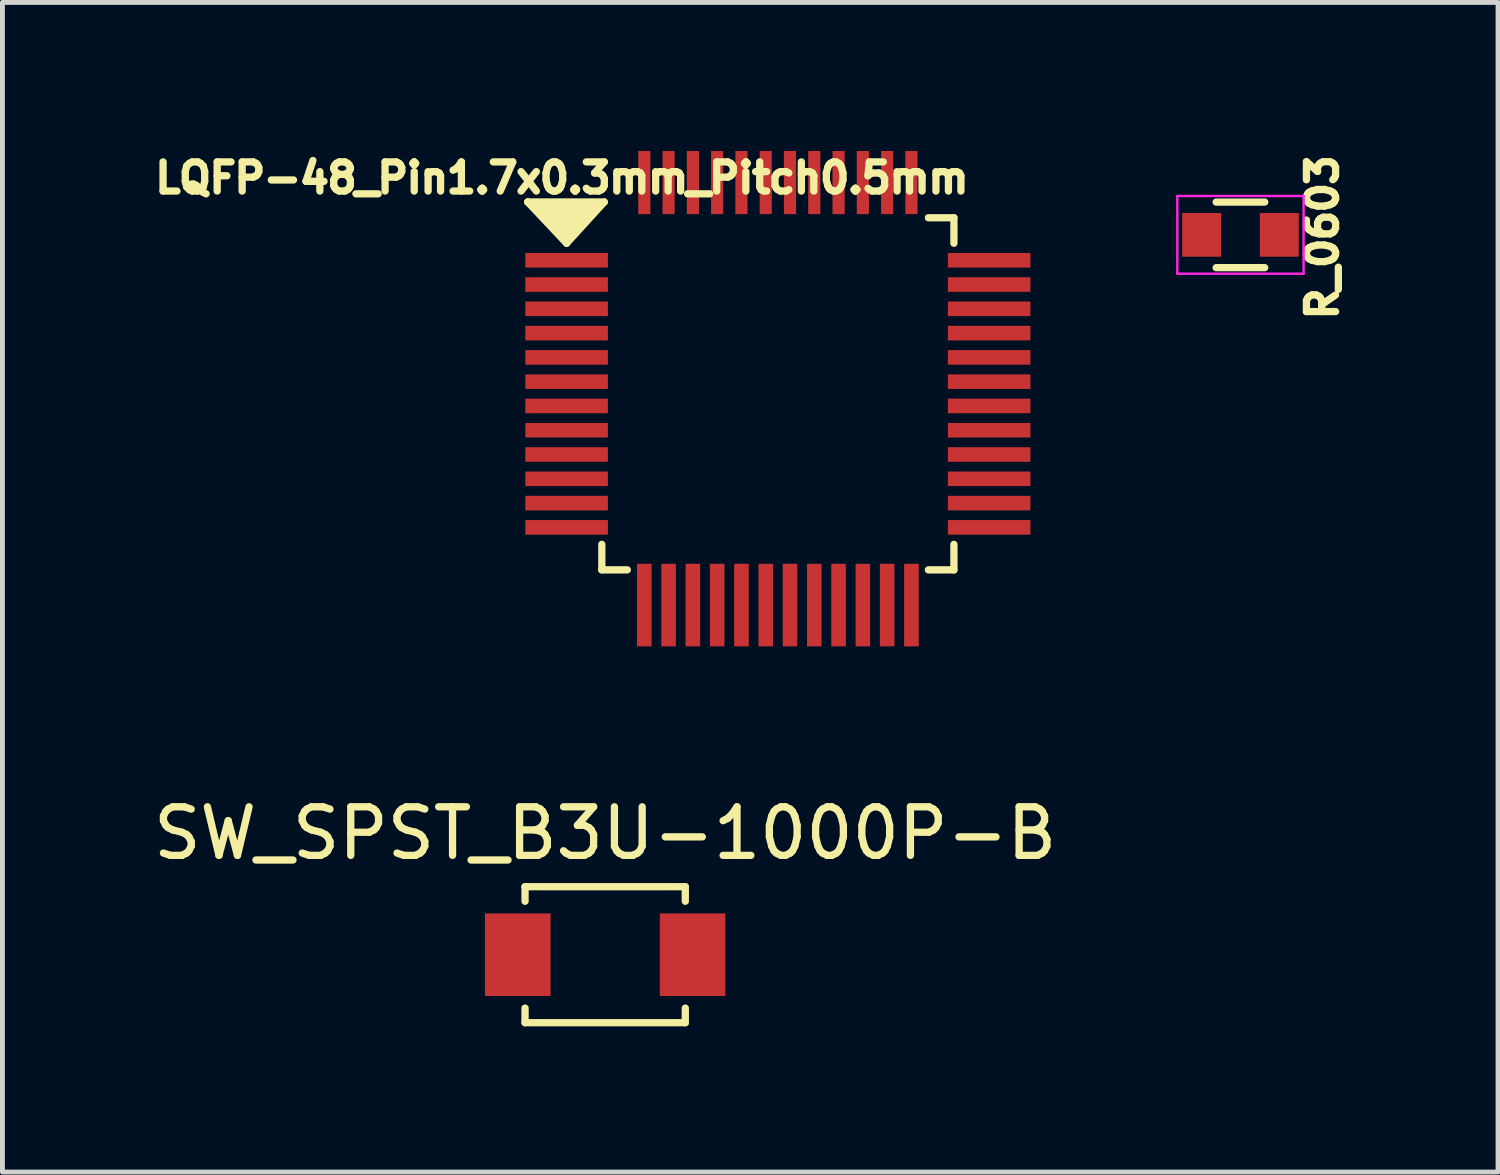
<source format=kicad_pcb>
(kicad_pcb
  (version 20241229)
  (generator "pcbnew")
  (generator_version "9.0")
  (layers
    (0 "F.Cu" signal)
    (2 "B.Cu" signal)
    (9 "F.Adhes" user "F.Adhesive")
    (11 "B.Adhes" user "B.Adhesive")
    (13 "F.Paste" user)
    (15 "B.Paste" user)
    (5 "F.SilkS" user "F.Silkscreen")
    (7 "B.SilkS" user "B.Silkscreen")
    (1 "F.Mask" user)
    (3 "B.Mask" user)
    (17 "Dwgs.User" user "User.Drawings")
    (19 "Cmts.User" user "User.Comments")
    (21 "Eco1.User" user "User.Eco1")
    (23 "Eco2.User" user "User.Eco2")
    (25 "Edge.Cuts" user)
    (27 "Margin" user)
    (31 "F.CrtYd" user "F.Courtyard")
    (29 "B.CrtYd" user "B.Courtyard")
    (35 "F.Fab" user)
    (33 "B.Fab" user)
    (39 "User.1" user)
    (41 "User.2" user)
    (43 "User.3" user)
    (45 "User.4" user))
  (footprint "SW_SPST_B3U-1000P-B"
    (layer "F.Cu")
    (at 9.411 16.608)
    (property "Reference" "SW_SPST_B3U-1000P-B" (at 0 -2.5 0) (layer "F.SilkS") (effects (font (size 1 1) (thickness 0.15))))
    (attr smd)
    (fp_line (start -1.65 -1.4) (end 1.65 -1.4) (stroke (width 0.15) (type solid)) (layer "F.SilkS"))
    (fp_line (start -1.65 -1.1) (end -1.65 -1.4) (stroke (width 0.15) (type solid)) (layer "F.SilkS"))
    (fp_line (start -1.65 1.1) (end -1.65 1.4) (stroke (width 0.15) (type solid)) (layer "F.SilkS"))
    (fp_line (start -1.65 1.4) (end 1.65 1.4) (stroke (width 0.15) (type solid)) (layer "F.SilkS"))
    (fp_line (start 1.65 -1.4) (end 1.65 -1.1) (stroke (width 0.15) (type solid)) (layer "F.SilkS"))
    (fp_line (start 1.65 1.4) (end 1.65 1.1) (stroke (width 0.15) (type solid)) (layer "F.SilkS"))
    (pad "1" smd rect (at -1.8 0) (size 1.35 1.7) (layers "F.Cu" "F.Mask" "F.Paste"))
    (pad "2" smd rect (at 1.8 0) (size 1.35 1.7) (layers "F.Cu" "F.Mask" "F.Paste")))
  (footprint "R_0603"
    (layer "F.Cu")
    (at 22.492 1.786)
    (property "Reference" "R_0603" (at 1.689 0.051 90) (layer "F.SilkS") (effects (font (size 0.6 0.6) (thickness 0.15))))
    (attr smd)
    (fp_line (start -0.5 -0.675) (end 0.5 -0.675) (stroke (width 0.15) (type solid)) (layer "F.SilkS"))
    (fp_line (start 0.5 0.675) (end -0.5 0.675) (stroke (width 0.15) (type solid)) (layer "F.SilkS"))
    (fp_line (start -1.3 -0.8) (end -1.3 0.8) (stroke (width 0.05) (type solid)) (layer "F.CrtYd"))
    (fp_line (start -1.3 -0.8) (end 1.3 -0.8) (stroke (width 0.05) (type solid)) (layer "F.CrtYd"))
    (fp_line (start -1.3 0.8) (end 1.3 0.8) (stroke (width 0.05) (type solid)) (layer "F.CrtYd"))
    (fp_line (start 1.3 -0.8) (end 1.3 0.8) (stroke (width 0.05) (type solid)) (layer "F.CrtYd"))
    (pad "1" smd rect (at -0.8 0) (size 0.8 0.9) (layers "F.Cu" "F.Mask" "F.Paste"))
    (pad "2" smd rect (at 0.8 0) (size 0.8 0.9) (layers "F.Cu" "F.Mask" "F.Paste")))
  (footprint "LQFP-48_Pin1.7x0.3mm_Pitch0.5mm"
    (layer "F.Cu")
    (at 12.967 5.059)
    (property "Reference" "LQFP-48_Pin1.7x0.3mm_Pitch0.5mm" (at -4.445 -4.445 0) (layer "F.SilkS") (effects (font (size 0.6 0.6) (thickness 0.15))))
    (attr smd)
    (fp_line (start -5.15 -3.95) (end -4.325 -3.25) (stroke (width 0.15) (type solid)) (layer "F.SilkS"))
    (fp_line (start -5.15 -3.95) (end -3.575 -3.95) (stroke (width 0.15) (type solid)) (layer "F.SilkS"))
    (fp_line (start -4.9 -3.825) (end -4.325 -3.4) (stroke (width 0.15) (type solid)) (layer "F.SilkS"))
    (fp_line (start -4.65 -3.725) (end -4.3 -3.55) (stroke (width 0.15) (type solid)) (layer "F.SilkS"))
    (fp_line (start -4.35 -3.1) (end -5.15 -3.95) (stroke (width 0.15) (type solid)) (layer "F.SilkS"))
    (fp_line (start -4.325 -3.4) (end -4 -3.775) (stroke (width 0.15) (type solid)) (layer "F.SilkS"))
    (fp_line (start -4.325 -3.25) (end -3.8 -3.85) (stroke (width 0.15) (type solid)) (layer "F.SilkS"))
    (fp_line (start -4.3 -3.55) (end -4.225 -3.675) (stroke (width 0.15) (type solid)) (layer "F.SilkS"))
    (fp_line (start -4.225 -3.675) (end -4.35 -3.65) (stroke (width 0.15) (type solid)) (layer "F.SilkS"))
    (fp_line (start -4 -3.775) (end -4.65 -3.725) (stroke (width 0.15) (type solid)) (layer "F.SilkS"))
    (fp_line (start -3.8 -3.85) (end -4.9 -3.825) (stroke (width 0.15) (type solid)) (layer "F.SilkS"))
    (fp_line (start -3.625 3.625) (end -3.625 3.1) (stroke (width 0.15) (type solid)) (layer "F.SilkS"))
    (fp_line (start -3.625 3.625) (end -3.1 3.625) (stroke (width 0.15) (type solid)) (layer "F.SilkS"))
    (fp_line (start -3.575 -3.95) (end -4.35 -3.1) (stroke (width 0.15) (type solid)) (layer "F.SilkS"))
    (fp_line (start 3.625 -3.625) (end 3.1 -3.625) (stroke (width 0.15) (type solid)) (layer "F.SilkS"))
    (fp_line (start 3.625 -3.625) (end 3.625 -3.1) (stroke (width 0.15) (type solid)) (layer "F.SilkS"))
    (fp_line (start 3.625 3.625) (end 3.1 3.625) (stroke (width 0.15) (type solid)) (layer "F.SilkS"))
    (fp_line (start 3.625 3.625) (end 3.625 3.1) (stroke (width 0.15) (type solid)) (layer "F.SilkS"))
    (pad "1" smd rect (at -4.35 -2.75) (size 1.7 0.3) (layers "F.Cu" "F.Mask" "F.Paste"))
    (pad "2" smd rect (at -4.35 -2.25) (size 1.7 0.3) (layers "F.Cu" "F.Mask" "F.Paste"))
    (pad "3" smd rect (at -4.35 -1.75) (size 1.7 0.3) (layers "F.Cu" "F.Mask" "F.Paste"))
    (pad "4" smd rect (at -4.35 -1.25) (size 1.7 0.3) (layers "F.Cu" "F.Mask" "F.Paste"))
    (pad "5" smd rect (at -4.35 -0.75) (size 1.7 0.3) (layers "F.Cu" "F.Mask" "F.Paste"))
    (pad "6" smd rect (at -4.35 -0.25) (size 1.7 0.3) (layers "F.Cu" "F.Mask" "F.Paste"))
    (pad "7" smd rect (at -4.35 0.25) (size 1.7 0.3) (layers "F.Cu" "F.Mask" "F.Paste"))
    (pad "8" smd rect (at -4.35 0.75) (size 1.7 0.3) (layers "F.Cu" "F.Mask" "F.Paste"))
    (pad "9" smd rect (at -4.35 1.25) (size 1.7 0.3) (layers "F.Cu" "F.Mask" "F.Paste"))
    (pad "10" smd rect (at -4.35 1.75) (size 1.7 0.3) (layers "F.Cu" "F.Mask" "F.Paste"))
    (pad "11" smd rect (at -4.35 2.25) (size 1.7 0.3) (layers "F.Cu" "F.Mask" "F.Paste"))
    (pad "12" smd rect (at -4.35 2.75) (size 1.7 0.3) (layers "F.Cu" "F.Mask" "F.Paste"))
    (pad "13" smd rect (at -2.75 4.35 90) (size 1.7 0.3) (layers "F.Cu" "F.Mask" "F.Paste"))
    (pad "14" smd rect (at -2.25 4.35 90) (size 1.7 0.3) (layers "F.Cu" "F.Mask" "F.Paste"))
    (pad "15" smd rect (at -1.75 4.35 90) (size 1.7 0.3) (layers "F.Cu" "F.Mask" "F.Paste"))
    (pad "16" smd rect (at -1.25 4.35 90) (size 1.7 0.3) (layers "F.Cu" "F.Mask" "F.Paste"))
    (pad "17" smd rect (at -0.75 4.35 90) (size 1.7 0.3) (layers "F.Cu" "F.Mask" "F.Paste"))
    (pad "18" smd rect (at -0.25 4.35 90) (size 1.7 0.3) (layers "F.Cu" "F.Mask" "F.Paste"))
    (pad "19" smd rect (at 0.25 4.35 90) (size 1.7 0.3) (layers "F.Cu" "F.Mask" "F.Paste"))
    (pad "20" smd rect (at 0.75 4.35 90) (size 1.7 0.3) (layers "F.Cu" "F.Mask" "F.Paste"))
    (pad "21" smd rect (at 1.25 4.35 90) (size 1.7 0.3) (layers "F.Cu" "F.Mask" "F.Paste"))
    (pad "22" smd rect (at 1.75 4.35 90) (size 1.7 0.3) (layers "F.Cu" "F.Mask" "F.Paste"))
    (pad "23" smd rect (at 2.25 4.35 90) (size 1.7 0.3) (layers "F.Cu" "F.Mask" "F.Paste"))
    (pad "24" smd rect (at 2.75 4.35 90) (size 1.7 0.3) (layers "F.Cu" "F.Mask" "F.Paste"))
    (pad "25" smd rect (at 4.35 2.75) (size 1.7 0.3) (layers "F.Cu" "F.Mask" "F.Paste"))
    (pad "26" smd rect (at 4.35 2.25) (size 1.7 0.3) (layers "F.Cu" "F.Mask" "F.Paste"))
    (pad "27" smd rect (at 4.35 1.75) (size 1.7 0.3) (layers "F.Cu" "F.Mask" "F.Paste"))
    (pad "28" smd rect (at 4.35 1.25) (size 1.7 0.3) (layers "F.Cu" "F.Mask" "F.Paste"))
    (pad "29" smd rect (at 4.35 0.75) (size 1.7 0.3) (layers "F.Cu" "F.Mask" "F.Paste"))
    (pad "30" smd rect (at 4.35 0.25) (size 1.7 0.3) (layers "F.Cu" "F.Mask" "F.Paste"))
    (pad "31" smd rect (at 4.35 -0.25) (size 1.7 0.3) (layers "F.Cu" "F.Mask" "F.Paste"))
    (pad "32" smd rect (at 4.35 -0.75) (size 1.7 0.3) (layers "F.Cu" "F.Mask" "F.Paste"))
    (pad "33" smd rect (at 4.35 -1.25) (size 1.7 0.3) (layers "F.Cu" "F.Mask" "F.Paste"))
    (pad "34" smd rect (at 4.35 -1.75) (size 1.7 0.3) (layers "F.Cu" "F.Mask" "F.Paste"))
    (pad "35" smd rect (at 4.35 -2.25) (size 1.7 0.3) (layers "F.Cu" "F.Mask" "F.Paste"))
    (pad "36" smd rect (at 4.35 -2.75) (size 1.7 0.3) (layers "F.Cu" "F.Mask" "F.Paste"))
    (pad "37" smd rect (at 2.75 -4.35 90) (size 1.3 0.25) (layers "F.Cu" "F.Mask" "F.Paste"))
    (pad "38" smd rect (at 2.25 -4.35 90) (size 1.3 0.25) (layers "F.Cu" "F.Mask" "F.Paste"))
    (pad "39" smd rect (at 1.75 -4.35 90) (size 1.3 0.25) (layers "F.Cu" "F.Mask" "F.Paste"))
    (pad "40" smd rect (at 1.25 -4.35 90) (size 1.3 0.25) (layers "F.Cu" "F.Mask" "F.Paste"))
    (pad "41" smd rect (at 0.75 -4.35 90) (size 1.3 0.25) (layers "F.Cu" "F.Mask" "F.Paste"))
    (pad "42" smd rect (at 0.25 -4.35 90) (size 1.3 0.25) (layers "F.Cu" "F.Mask" "F.Paste"))
    (pad "43" smd rect (at -0.25 -4.35 90) (size 1.3 0.25) (layers "F.Cu" "F.Mask" "F.Paste"))
    (pad "44" smd rect (at -0.75 -4.35 90) (size 1.3 0.25) (layers "F.Cu" "F.Mask" "F.Paste"))
    (pad "45" smd rect (at -1.25 -4.35 90) (size 1.3 0.25) (layers "F.Cu" "F.Mask" "F.Paste"))
    (pad "46" smd rect (at -1.75 -4.35 90) (size 1.3 0.25) (layers "F.Cu" "F.Mask" "F.Paste"))
    (pad "47" smd rect (at -2.25 -4.35 90) (size 1.3 0.25) (layers "F.Cu" "F.Mask" "F.Paste"))
    (pad "48" smd rect (at -2.75 -4.35 90) (size 1.3 0.25) (layers "F.Cu" "F.Mask" "F.Paste")))
  (gr_rect
    (start -3 -3)
    (end 27.796 21.083)
    (stroke (width 0.1) (type default))
    (fill no)
    (layer "Edge.Cuts")))
</source>
